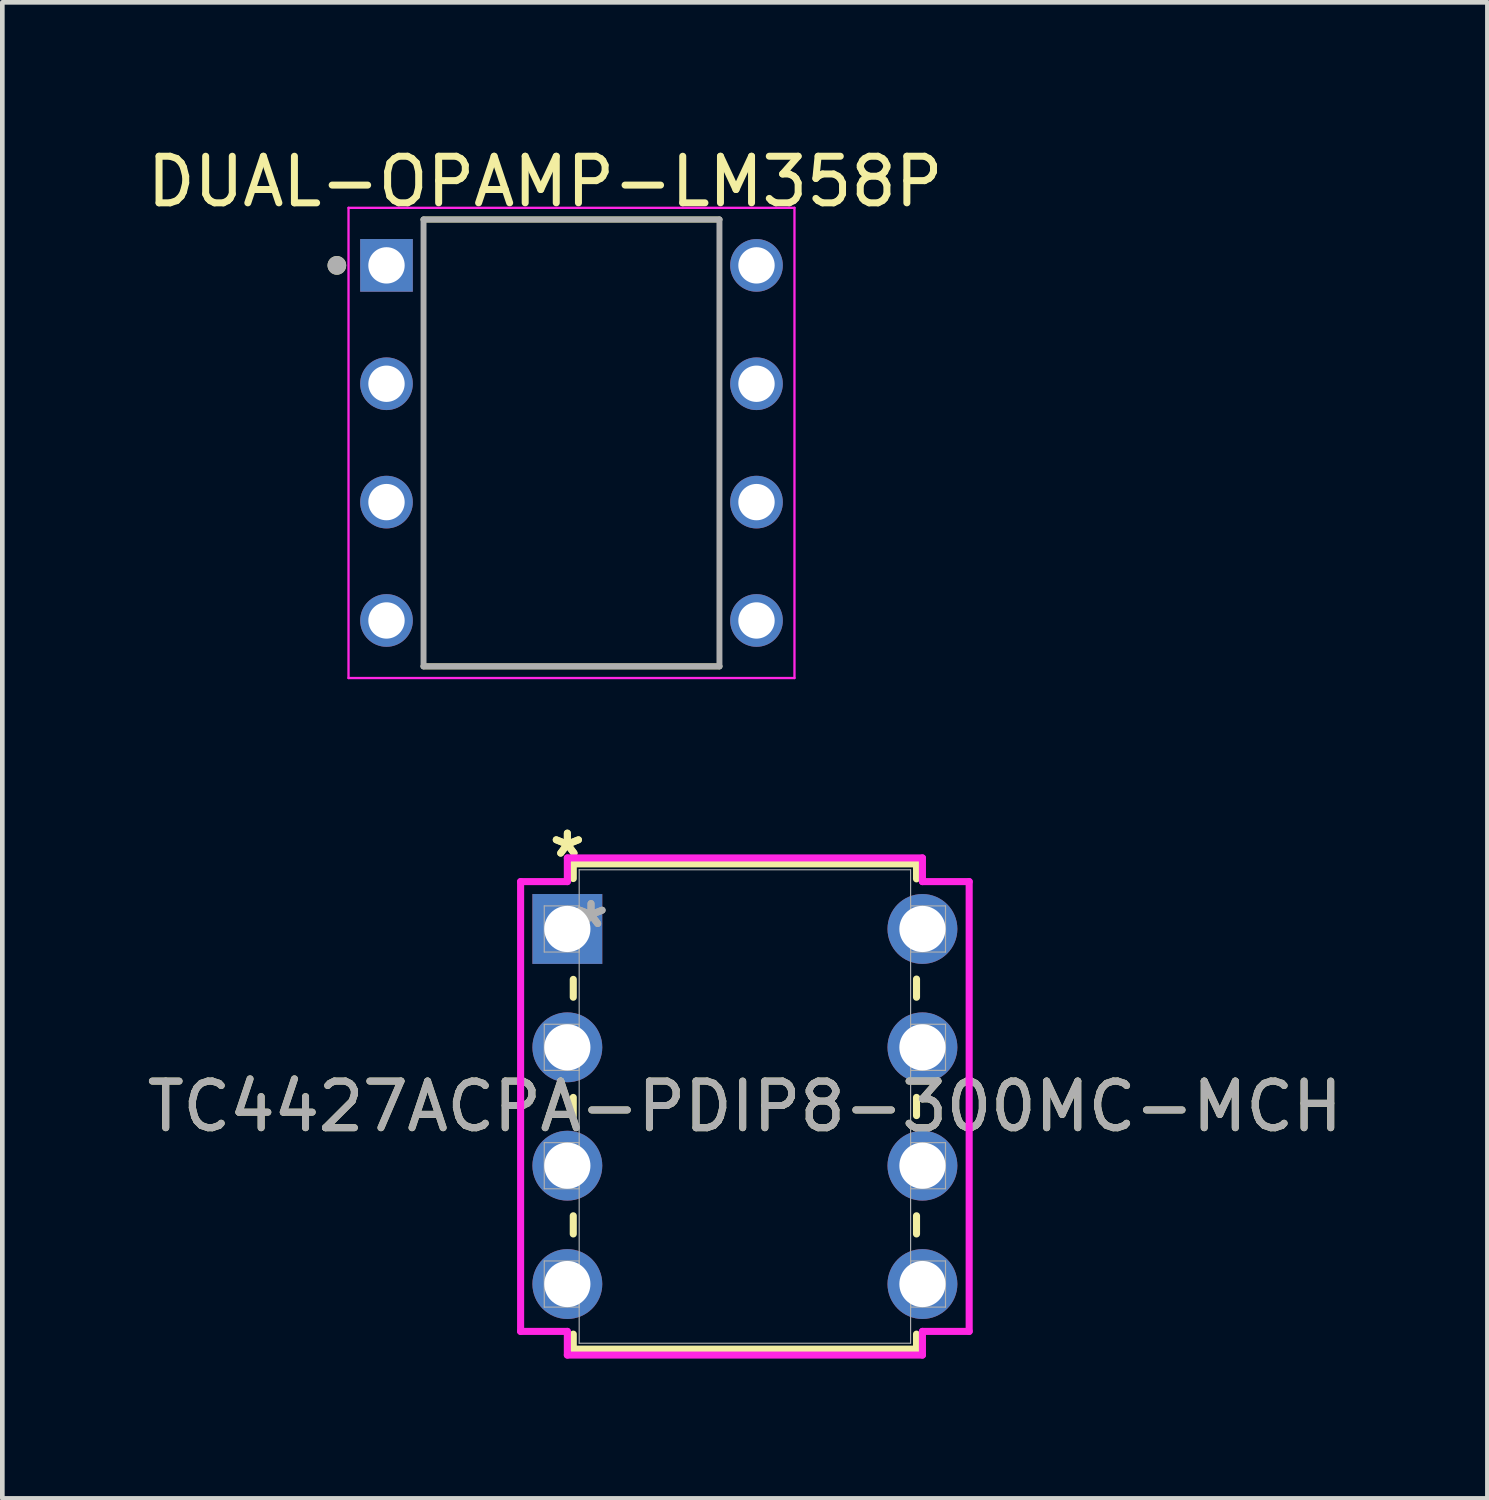
<source format=kicad_pcb>
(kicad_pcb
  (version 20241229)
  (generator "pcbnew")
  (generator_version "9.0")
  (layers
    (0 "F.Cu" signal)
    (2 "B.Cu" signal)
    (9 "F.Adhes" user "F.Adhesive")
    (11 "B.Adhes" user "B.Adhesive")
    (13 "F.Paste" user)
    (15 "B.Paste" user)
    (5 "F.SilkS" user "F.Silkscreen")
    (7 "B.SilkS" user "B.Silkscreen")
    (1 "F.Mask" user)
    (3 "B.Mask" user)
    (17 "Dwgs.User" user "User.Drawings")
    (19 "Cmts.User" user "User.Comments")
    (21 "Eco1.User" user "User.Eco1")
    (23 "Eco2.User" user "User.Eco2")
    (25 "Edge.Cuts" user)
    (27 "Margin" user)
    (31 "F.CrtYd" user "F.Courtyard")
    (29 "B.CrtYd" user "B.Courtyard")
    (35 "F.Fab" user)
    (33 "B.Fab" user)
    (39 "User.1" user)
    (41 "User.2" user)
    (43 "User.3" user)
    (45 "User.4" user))
  (footprint "DUAL-OPAMP-LM358P"
    (layer "F.Cu")
    (at 9.214 6.455)
    (property "Reference" "DUAL-OPAMP-LM358P" (at -0.565 -5.607 0) (layer "F.SilkS") (effects (font (size 1 1) (thickness 0.15))))
    (attr through_hole)
    (fp_line (start -3.175 -4.795) (end 3.175 -4.795) (stroke (width 0.127) (type solid)) (layer "F.SilkS"))
    (fp_line (start -3.175 4.795) (end 3.175 4.795) (stroke (width 0.127) (type solid)) (layer "F.SilkS"))
    (fp_circle (center -5.035 -3.81) (end -4.935 -3.81) (stroke (width 0.2) (type solid)) (fill no) (layer "F.SilkS"))
    (fp_line (start -4.785 -5.045) (end -4.785 5.045) (stroke (width 0.05) (type solid)) (layer "F.CrtYd"))
    (fp_line (start 4.785 -5.045) (end -4.785 -5.045) (stroke (width 0.05) (type solid)) (layer "F.CrtYd"))
    (fp_line (start 4.785 -5.045) (end 4.785 5.045) (stroke (width 0.05) (type solid)) (layer "F.CrtYd"))
    (fp_line (start 4.785 5.045) (end -4.785 5.045) (stroke (width 0.05) (type solid)) (layer "F.CrtYd"))
    (fp_line (start -3.175 -4.795) (end -3.175 4.795) (stroke (width 0.127) (type solid)) (layer "F.Fab"))
    (fp_line (start -3.175 -4.795) (end 3.175 -4.795) (stroke (width 0.127) (type solid)) (layer "F.Fab"))
    (fp_line (start -3.175 4.795) (end 3.175 4.795) (stroke (width 0.127) (type solid)) (layer "F.Fab"))
    (fp_line (start 3.175 -4.795) (end 3.175 4.795) (stroke (width 0.127) (type solid)) (layer "F.Fab"))
    (fp_circle (center -5.035 -3.81) (end -4.935 -3.81) (stroke (width 0.2) (type solid)) (fill no) (layer "F.Fab"))
    (pad "1" thru_hole rect (at -3.97 -3.81) (size 1.13 1.13) (drill 0.78) (layers "*.Cu" "*.Mask"))
    (pad "2" thru_hole circle (at -3.97 -1.27) (size 1.13 1.13) (drill 0.78) (layers "*.Cu" "*.Mask"))
    (pad "3" thru_hole circle (at -3.97 1.27) (size 1.13 1.13) (drill 0.78) (layers "*.Cu" "*.Mask"))
    (pad "4" thru_hole circle (at -3.97 3.81) (size 1.13 1.13) (drill 0.78) (layers "*.Cu" "*.Mask"))
    (pad "5" thru_hole circle (at 3.97 3.81) (size 1.13 1.13) (drill 0.78) (layers "*.Cu" "*.Mask"))
    (pad "6" thru_hole circle (at 3.97 1.27) (size 1.13 1.13) (drill 0.78) (layers "*.Cu" "*.Mask"))
    (pad "7" thru_hole circle (at 3.97 -1.27) (size 1.13 1.13) (drill 0.78) (layers "*.Cu" "*.Mask"))
    (pad "8" thru_hole circle (at 3.97 -3.81) (size 1.13 1.13) (drill 0.78) (layers "*.Cu" "*.Mask")))
  (footprint "TC4427ACPA-PDIP8-300MC-MCH"
    (layer "F.Cu")
    (at 9.125 16.885)
    (property "Reference" "TC4427ACPA-PDIP8-300MC-MCH" (at 3.81 3.81 0) (unlocked yes) (layer "F.SilkS") (effects (font (size 1 1) (thickness 0.15))))
    (attr through_hole)
    (fp_line (start 0.127 -1.397) (end 0.127 -1.082) (stroke (width 0.152) (type solid)) (layer "F.SilkS"))
    (fp_line (start 0.127 1.082) (end 0.127 1.465) (stroke (width 0.152) (type solid)) (layer "F.SilkS"))
    (fp_line (start 0.127 3.615) (end 0.127 4.005) (stroke (width 0.152) (type solid)) (layer "F.SilkS"))
    (fp_line (start 0.127 6.155) (end 0.127 6.545) (stroke (width 0.152) (type solid)) (layer "F.SilkS"))
    (fp_line (start 0.127 8.695) (end 0.127 9.017) (stroke (width 0.152) (type solid)) (layer "F.SilkS"))
    (fp_line (start 0.127 9.017) (end 7.493 9.017) (stroke (width 0.152) (type solid)) (layer "F.SilkS"))
    (fp_line (start 7.493 -1.397) (end 0.127 -1.397) (stroke (width 0.152) (type solid)) (layer "F.SilkS"))
    (fp_line (start 7.493 -1.075) (end 7.493 -1.397) (stroke (width 0.152) (type solid)) (layer "F.SilkS"))
    (fp_line (start 7.493 1.465) (end 7.493 1.075) (stroke (width 0.152) (type solid)) (layer "F.SilkS"))
    (fp_line (start 7.493 4.005) (end 7.493 3.615) (stroke (width 0.152) (type solid)) (layer "F.SilkS"))
    (fp_line (start 7.493 6.545) (end 7.493 6.155) (stroke (width 0.152) (type solid)) (layer "F.SilkS"))
    (fp_line (start 7.493 9.017) (end 7.493 8.695) (stroke (width 0.152) (type solid)) (layer "F.SilkS"))
    (fp_line (start -1.003 -1.016) (end 0 -1.016) (stroke (width 0.152) (type solid)) (layer "F.CrtYd"))
    (fp_line (start -1.003 8.636) (end -1.003 -1.016) (stroke (width 0.152) (type solid)) (layer "F.CrtYd"))
    (fp_line (start 0 -1.524) (end 7.62 -1.524) (stroke (width 0.152) (type solid)) (layer "F.CrtYd"))
    (fp_line (start 0 -1.016) (end 0 -1.524) (stroke (width 0.152) (type solid)) (layer "F.CrtYd"))
    (fp_line (start 0 8.636) (end -1.003 8.636) (stroke (width 0.152) (type solid)) (layer "F.CrtYd"))
    (fp_line (start 0 9.144) (end 0 8.636) (stroke (width 0.152) (type solid)) (layer "F.CrtYd"))
    (fp_line (start 7.62 -1.524) (end 7.62 -1.016) (stroke (width 0.152) (type solid)) (layer "F.CrtYd"))
    (fp_line (start 7.62 8.636) (end 7.62 9.144) (stroke (width 0.152) (type solid)) (layer "F.CrtYd"))
    (fp_line (start 7.62 9.144) (end 0 9.144) (stroke (width 0.152) (type solid)) (layer "F.CrtYd"))
    (fp_line (start 8.623 -1.016) (end 7.62 -1.016) (stroke (width 0.152) (type solid)) (layer "F.CrtYd"))
    (fp_line (start 8.623 -1.016) (end 8.623 8.636) (stroke (width 0.152) (type solid)) (layer "F.CrtYd"))
    (fp_line (start 8.623 8.636) (end 7.62 8.636) (stroke (width 0.152) (type solid)) (layer "F.CrtYd"))
    (fp_line (start -0.495 -0.495) (end -0.495 0.495) (stroke (width 0.025) (type solid)) (layer "F.Fab"))
    (fp_line (start -0.495 0.495) (end 0.254 0.495) (stroke (width 0.025) (type solid)) (layer "F.Fab"))
    (fp_line (start -0.495 2.045) (end -0.495 3.035) (stroke (width 0.025) (type solid)) (layer "F.Fab"))
    (fp_line (start -0.495 3.035) (end 0.254 3.035) (stroke (width 0.025) (type solid)) (layer "F.Fab"))
    (fp_line (start -0.495 4.585) (end -0.495 5.575) (stroke (width 0.025) (type solid)) (layer "F.Fab"))
    (fp_line (start -0.495 5.575) (end 0.254 5.575) (stroke (width 0.025) (type solid)) (layer "F.Fab"))
    (fp_line (start -0.495 7.125) (end -0.495 8.115) (stroke (width 0.025) (type solid)) (layer "F.Fab"))
    (fp_line (start -0.495 8.115) (end 0.254 8.115) (stroke (width 0.025) (type solid)) (layer "F.Fab"))
    (fp_line (start 0.254 -1.27) (end 0.254 8.89) (stroke (width 0.025) (type solid)) (layer "F.Fab"))
    (fp_line (start 0.254 -0.495) (end -0.495 -0.495) (stroke (width 0.025) (type solid)) (layer "F.Fab"))
    (fp_line (start 0.254 0.495) (end 0.254 -0.495) (stroke (width 0.025) (type solid)) (layer "F.Fab"))
    (fp_line (start 0.254 2.045) (end -0.495 2.045) (stroke (width 0.025) (type solid)) (layer "F.Fab"))
    (fp_line (start 0.254 3.035) (end 0.254 2.045) (stroke (width 0.025) (type solid)) (layer "F.Fab"))
    (fp_line (start 0.254 4.585) (end -0.495 4.585) (stroke (width 0.025) (type solid)) (layer "F.Fab"))
    (fp_line (start 0.254 5.575) (end 0.254 4.585) (stroke (width 0.025) (type solid)) (layer "F.Fab"))
    (fp_line (start 0.254 7.125) (end -0.495 7.125) (stroke (width 0.025) (type solid)) (layer "F.Fab"))
    (fp_line (start 0.254 8.115) (end 0.254 7.125) (stroke (width 0.025) (type solid)) (layer "F.Fab"))
    (fp_line (start 0.254 8.89) (end 7.366 8.89) (stroke (width 0.025) (type solid)) (layer "F.Fab"))
    (fp_line (start 7.366 -1.27) (end 0.254 -1.27) (stroke (width 0.025) (type solid)) (layer "F.Fab"))
    (fp_line (start 7.366 -0.495) (end 7.366 0.495) (stroke (width 0.025) (type solid)) (layer "F.Fab"))
    (fp_line (start 7.366 0.495) (end 8.115 0.495) (stroke (width 0.025) (type solid)) (layer "F.Fab"))
    (fp_line (start 7.366 2.045) (end 7.366 3.035) (stroke (width 0.025) (type solid)) (layer "F.Fab"))
    (fp_line (start 7.366 3.035) (end 8.115 3.035) (stroke (width 0.025) (type solid)) (layer "F.Fab"))
    (fp_line (start 7.366 4.585) (end 7.366 5.575) (stroke (width 0.025) (type solid)) (layer "F.Fab"))
    (fp_line (start 7.366 5.575) (end 8.115 5.575) (stroke (width 0.025) (type solid)) (layer "F.Fab"))
    (fp_line (start 7.366 7.125) (end 7.366 8.115) (stroke (width 0.025) (type solid)) (layer "F.Fab"))
    (fp_line (start 7.366 8.115) (end 8.115 8.115) (stroke (width 0.025) (type solid)) (layer "F.Fab"))
    (fp_line (start 7.366 8.89) (end 7.366 -1.27) (stroke (width 0.025) (type solid)) (layer "F.Fab"))
    (fp_line (start 8.115 -0.495) (end 7.366 -0.495) (stroke (width 0.025) (type solid)) (layer "F.Fab"))
    (fp_line (start 8.115 0.495) (end 8.115 -0.495) (stroke (width 0.025) (type solid)) (layer "F.Fab"))
    (fp_line (start 8.115 2.045) (end 7.366 2.045) (stroke (width 0.025) (type solid)) (layer "F.Fab"))
    (fp_line (start 8.115 3.035) (end 8.115 2.045) (stroke (width 0.025) (type solid)) (layer "F.Fab"))
    (fp_line (start 8.115 4.585) (end 7.366 4.585) (stroke (width 0.025) (type solid)) (layer "F.Fab"))
    (fp_line (start 8.115 5.575) (end 8.115 4.585) (stroke (width 0.025) (type solid)) (layer "F.Fab"))
    (fp_line (start 8.115 7.125) (end 7.366 7.125) (stroke (width 0.025) (type solid)) (layer "F.Fab"))
    (fp_line (start 8.115 8.115) (end 8.115 7.125) (stroke (width 0.025) (type solid)) (layer "F.Fab"))
    (fp_text user "*" (at 0 -1.511 0) (layer "F.SilkS") (effects (font (size 1 1) (thickness 0.15))))
    (fp_text user "*" (at 0 -1.511 0) (unlocked yes) (layer "F.SilkS") (effects (font (size 1 1) (thickness 0.15))))
    (fp_text user "*" (at 0.508 0 0) (unlocked yes) (layer "F.Fab") (effects (font (size 1 1) (thickness 0.15))))
    (fp_text user "*" (at 0.508 0 0) (layer "F.Fab") (effects (font (size 1 1) (thickness 0.15))))
    (fp_text user "${REFERENCE}" (at 3.81 3.81 0) (unlocked yes) (layer "F.Fab") (effects (font (size 1 1) (thickness 0.15))))
    (pad "1" thru_hole rect (at 0 0) (size 1.499 1.499) (drill 0.991) (layers "*.Cu" "*.Mask"))
    (pad "2" thru_hole circle (at 0 2.54) (size 1.499 1.499) (drill 0.991) (layers "*.Cu" "*.Mask"))
    (pad "3" thru_hole circle (at 0 5.08) (size 1.499 1.499) (drill 0.991) (layers "*.Cu" "*.Mask"))
    (pad "4" thru_hole circle (at 0 7.62) (size 1.499 1.499) (drill 0.991) (layers "*.Cu" "*.Mask"))
    (pad "5" thru_hole circle (at 7.62 7.62) (size 1.499 1.499) (drill 0.991) (layers "*.Cu" "*.Mask"))
    (pad "6" thru_hole circle (at 7.62 5.08) (size 1.499 1.499) (drill 0.991) (layers "*.Cu" "*.Mask"))
    (pad "7" thru_hole circle (at 7.62 2.54) (size 1.499 1.499) (drill 0.991) (layers "*.Cu" "*.Mask"))
    (pad "8" thru_hole circle (at 7.62 0) (size 1.499 1.499) (drill 0.991) (layers "*.Cu" "*.Mask")))
  (gr_rect
    (start -3 -3)
    (end 28.869 29.105)
    (stroke (width 0.1) (type default))
    (fill no)
    (layer "Edge.Cuts")))
</source>
